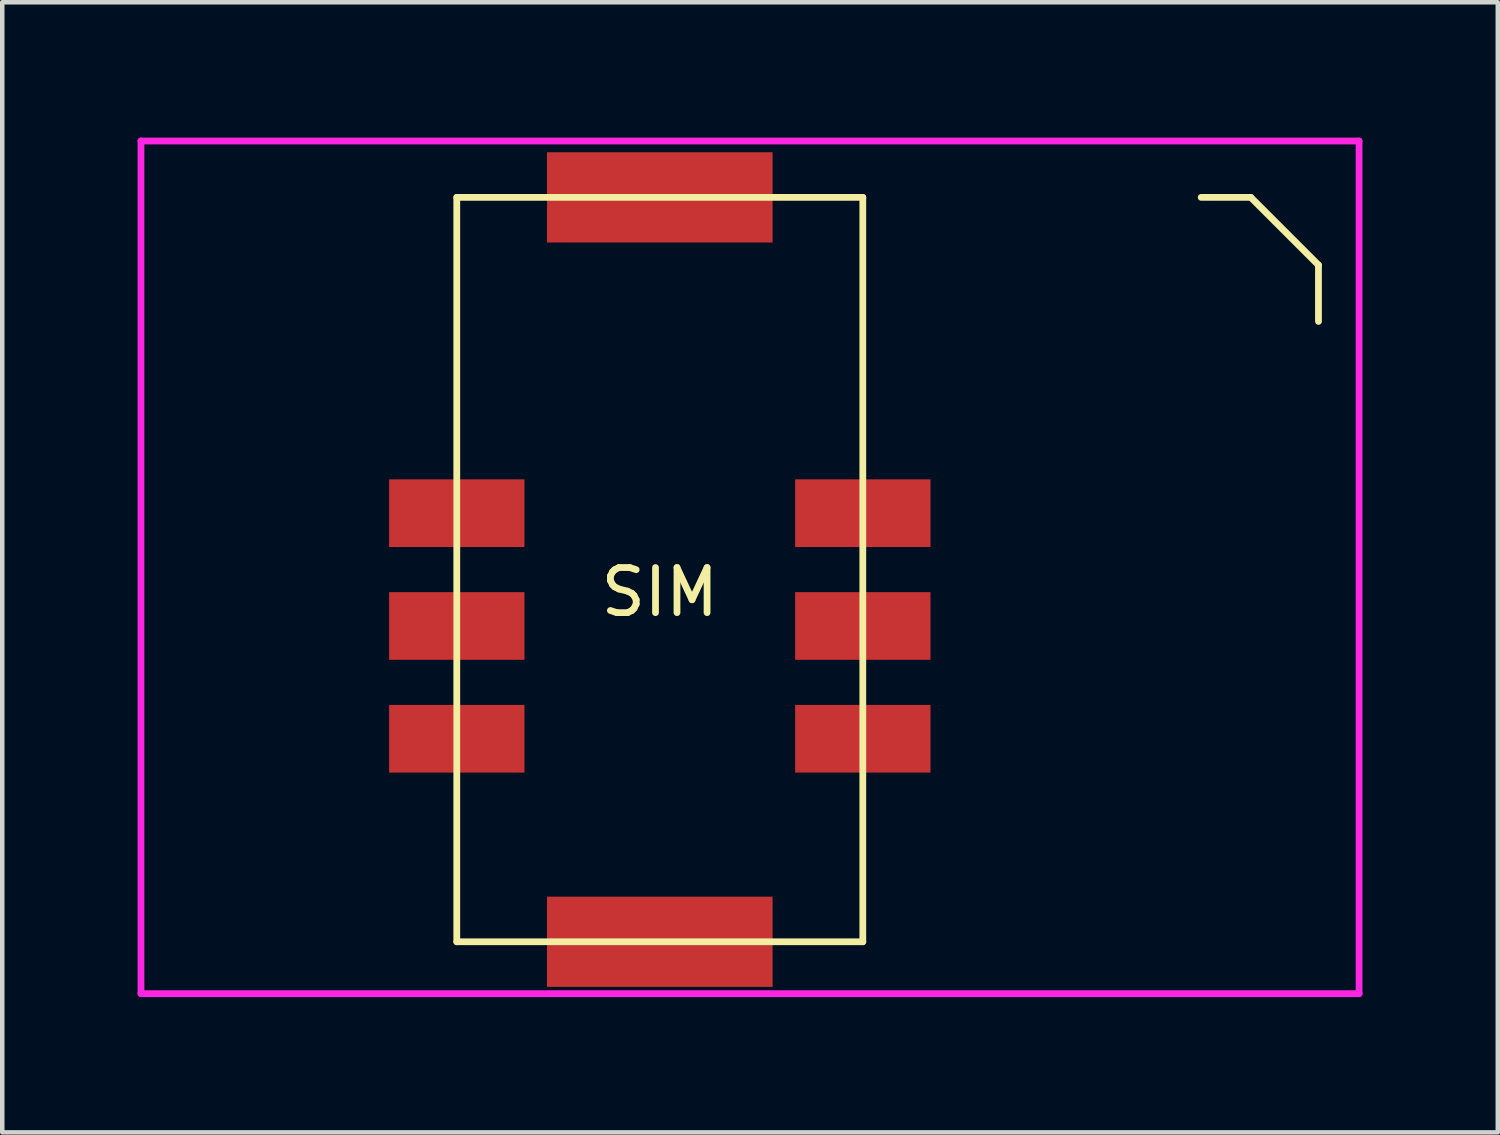
<source format=kicad_pcb>
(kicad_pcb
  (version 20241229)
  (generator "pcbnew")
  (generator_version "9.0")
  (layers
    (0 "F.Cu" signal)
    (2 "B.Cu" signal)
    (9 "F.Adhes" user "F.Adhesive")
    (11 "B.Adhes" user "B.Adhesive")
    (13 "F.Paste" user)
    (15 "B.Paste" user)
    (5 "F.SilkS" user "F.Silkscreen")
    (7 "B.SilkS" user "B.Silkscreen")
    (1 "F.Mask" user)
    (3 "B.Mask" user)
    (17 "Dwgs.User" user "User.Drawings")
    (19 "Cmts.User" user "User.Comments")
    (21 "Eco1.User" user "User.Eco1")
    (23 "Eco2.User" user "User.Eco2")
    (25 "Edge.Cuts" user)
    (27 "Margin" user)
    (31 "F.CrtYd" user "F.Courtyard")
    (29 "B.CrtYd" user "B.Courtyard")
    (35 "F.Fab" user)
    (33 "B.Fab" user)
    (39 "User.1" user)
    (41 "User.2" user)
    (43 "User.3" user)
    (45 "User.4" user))
  (footprint "SIM"
    (layer "F.Cu")
    (at 11.575 9.575)
    (property "Reference" "SIM" (at 0 0.5 0) (layer "F.SilkS") (effects (font (size 1 1) (thickness 0.15))))
    (attr through_hole)
    (fp_line (start -4.5 -8.25) (end -4.5 8.25) (stroke (width 0.15) (type solid)) (layer "F.SilkS"))
    (fp_line (start -4.5 8.25) (end 4.5 8.25) (stroke (width 0.15) (type solid)) (layer "F.SilkS"))
    (fp_line (start 4.5 -8.25) (end -4.5 -8.25) (stroke (width 0.15) (type solid)) (layer "F.SilkS"))
    (fp_line (start 4.5 8.25) (end 4.5 -8.25) (stroke (width 0.15) (type solid)) (layer "F.SilkS"))
    (fp_line (start 13.1 -8.25) (end 12 -8.25) (stroke (width 0.15) (type solid)) (layer "F.SilkS"))
    (fp_line (start 13.1 -8.25) (end 14.6 -6.75) (stroke (width 0.15) (type solid)) (layer "F.SilkS"))
    (fp_line (start 14.6 -6.75) (end 14.6 -5.5) (stroke (width 0.15) (type solid)) (layer "F.SilkS"))
    (fp_line (start -11.5 -9.5) (end -11.5 9.4) (stroke (width 0.15) (type solid)) (layer "F.CrtYd"))
    (fp_line (start -11.5 9.4) (end 15.5 9.4) (stroke (width 0.15) (type solid)) (layer "F.CrtYd"))
    (fp_line (start 15.5 -9.5) (end -11.5 -9.5) (stroke (width 0.15) (type solid)) (layer "F.CrtYd"))
    (fp_line (start 15.5 9.4) (end 15.5 -9.5) (stroke (width 0.15) (type solid)) (layer "F.CrtYd"))
    (pad "1" smd rect (at -4.5 3.75) (size 3 1.5) (layers "F.Cu" "F.Mask" "F.Paste"))
    (pad "2" smd rect (at -4.5 1.25) (size 3 1.5) (layers "F.Cu" "F.Mask" "F.Paste"))
    (pad "3" smd rect (at -4.5 -1.25) (size 3 1.5) (layers "F.Cu" "F.Mask" "F.Paste"))
    (pad "4" smd rect (at 4.5 3.75) (size 3 1.5) (layers "F.Cu" "F.Mask" "F.Paste"))
    (pad "5" smd rect (at 4.5 1.25) (size 3 1.5) (layers "F.Cu" "F.Mask" "F.Paste"))
    (pad "6" smd rect (at 4.5 -1.25) (size 3 1.5) (layers "F.Cu" "F.Mask" "F.Paste"))
    (pad "7" smd rect (at 0 -8.25) (size 5 2) (layers "F.Cu" "F.Mask" "F.Paste"))
    (pad "7" smd rect (at 0 8.25) (size 5 2) (layers "F.Cu" "F.Mask" "F.Paste")))
  (gr_rect
    (start -3 -3)
    (end 30.15 22.05)
    (stroke (width 0.1) (type default))
    (fill no)
    (layer "Edge.Cuts")))
</source>
